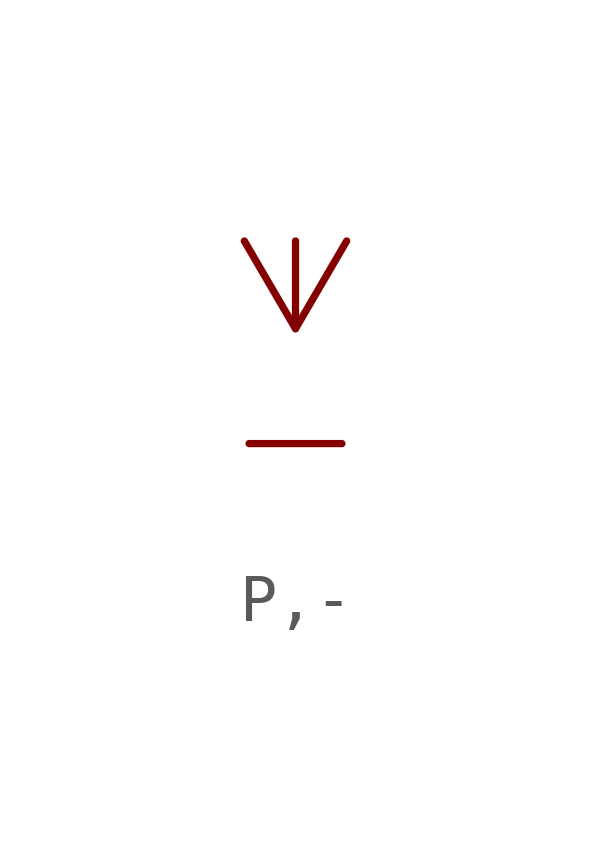
<source format=kicad_sym>
(kicad_symbol_lib
  (version 20211014)
  (generator kicad_symbol_editor)
  (symbol "P,-"
    (power)
    (pin_numbers hide)
    (pin_names
      (offset 1.27) hide)
    (property "Reference" "#PWR"
      (at 2.54 0 0)
      (effects (font (size 2.54 2.54)) (justify left) hide))
    (symbol "P,-_1_1"
      (polyline (pts (xy 0 0) (xy 0 -1.829)) (stroke (width 0) (type default) (color 0 0 0 0)) (fill (type none)))
      (polyline (pts (xy -1.067 0) (xy 0 -1.829) (xy 1.067 0)) (stroke (width 0) (type default) (color 0 0 0 0)) (fill (type none)))
      (text "-" (at 0 -2.54 0) (effects (font (size 2.54 2.54)) (justify top)))
      (pin power_in line (at 0 0 0) (length 0) hide (name "-" (effects (font (size 2.54 2.54)))) (number "0" (effects (font (size 0 0))))))))
</source>
